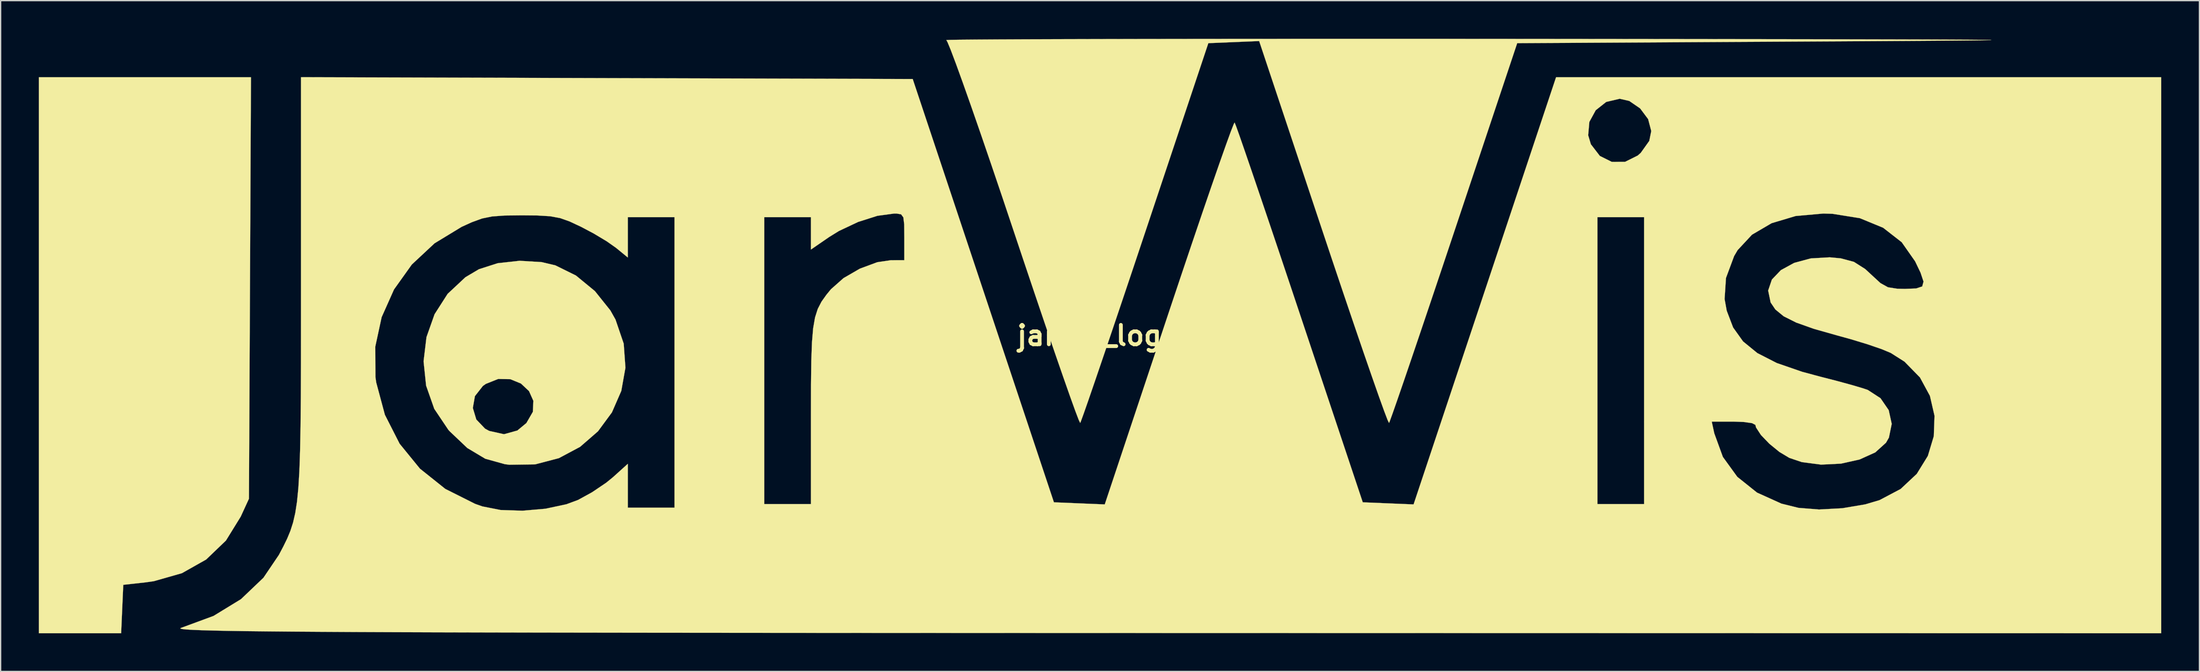
<source format=kicad_pcb>
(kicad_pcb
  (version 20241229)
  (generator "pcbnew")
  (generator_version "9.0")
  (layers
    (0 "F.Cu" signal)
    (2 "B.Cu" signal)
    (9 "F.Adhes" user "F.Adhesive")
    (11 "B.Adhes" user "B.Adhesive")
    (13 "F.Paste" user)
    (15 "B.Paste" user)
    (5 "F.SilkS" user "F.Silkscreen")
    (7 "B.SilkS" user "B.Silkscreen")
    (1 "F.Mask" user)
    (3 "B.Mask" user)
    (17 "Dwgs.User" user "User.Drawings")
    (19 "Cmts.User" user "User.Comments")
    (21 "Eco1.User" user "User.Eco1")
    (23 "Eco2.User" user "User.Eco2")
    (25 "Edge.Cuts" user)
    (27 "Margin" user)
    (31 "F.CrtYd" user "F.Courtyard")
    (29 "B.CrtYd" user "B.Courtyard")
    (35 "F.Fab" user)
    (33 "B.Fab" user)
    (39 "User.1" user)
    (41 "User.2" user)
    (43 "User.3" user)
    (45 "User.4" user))
  (footprint "jarwis_logo"
    (layer "F.Cu")
    (at 83.261 23.346)
    (property "Reference" "jarwis_logo" (at 0 0 0) (layer "F.SilkS") (effects (font (size 1.524 1.524) (thickness 0.3))))
    (attr through_hole)
    (fp_poly (pts (xy -66.666 -3.739) (xy -66.746 12.841) (xy -67.394 14.252) (xy -68.553 16.13) (xy -70.107 17.622) (xy -72.013 18.699) (xy -74.229 19.331) (xy -74.888 19.423) (xy -76.623 19.614) (xy -76.707 21.519) (xy -76.79 23.424) (xy -83.256 23.424) (xy -83.256 -20.32) (xy -66.587 -20.32) (xy -66.666 -3.739)) (stroke (width 0.01) (type solid)) (fill yes) (layer "F.SilkS"))
    (fp_poly (pts (xy -43.743 -5.774) (xy -42.664 -5.519) (xy -41.046 -4.719) (xy -39.555 -3.492) (xy -38.344 -1.977) (xy -37.939 -1.256) (xy -37.293 0.641) (xy -37.158 2.535) (xy -37.483 4.359) (xy -38.219 6.048) (xy -39.314 7.536) (xy -40.72 8.758) (xy -42.385 9.648) (xy -44.259 10.139) (xy -46.292 10.167) (xy -46.636 10.123) (xy -48.174 9.695) (xy -49.585 8.852) (xy -50.981 7.526) (xy -51.075 7.42) (xy -52.18 5.773) (xy -52.206 5.701) (xy -49.151 5.701) (xy -48.878 6.608) (xy -48.189 7.33) (xy -47.865 7.506) (xy -46.701 7.766) (xy -45.651 7.474) (xy -44.944 6.888) (xy -44.433 6.003) (xy -44.394 5.139) (xy -44.737 4.372) (xy -45.372 3.778) (xy -46.209 3.435) (xy -47.159 3.419) (xy -48.131 3.806) (xy -48.363 3.972) (xy -48.987 4.769) (xy -49.151 5.701) (xy -52.206 5.701) (xy -52.823 3.945) (xy -53.022 2.031) (xy -52.794 0.126) (xy -52.158 -1.675) (xy -51.132 -3.278) (xy -49.734 -4.586) (xy -48.671 -5.216) (xy -47.198 -5.689) (xy -45.474 -5.879) (xy -43.743 -5.774)) (stroke (width 0.01) (type solid)) (fill yes) (layer "F.SilkS"))
    (fp_poly (pts (xy 24.767 -23.341) (xy 29.733 -23.339) (xy 34.862 -23.335) (xy 35.701 -23.334) (xy 41.49 -23.328) (xy 46.722 -23.322) (xy 51.406 -23.316) (xy 55.549 -23.31) (xy 59.16 -23.303) (xy 62.246 -23.296) (xy 64.815 -23.289) (xy 66.876 -23.281) (xy 68.435 -23.273) (xy 69.502 -23.264) (xy 70.084 -23.254) (xy 70.19 -23.244) (xy 69.826 -23.232) (xy 69.001 -23.22) (xy 67.723 -23.207) (xy 66 -23.193) (xy 63.84 -23.178) (xy 61.251 -23.162) (xy 58.302 -23.144) (xy 32.926 -23.001) (xy 27.964 -8.133) (xy 27.037 -5.362) (xy 26.161 -2.753) (xy 25.353 -0.356) (xy 24.629 1.781) (xy 24.006 3.609) (xy 23.5 5.079) (xy 23.128 6.143) (xy 22.908 6.751) (xy 22.853 6.879) (xy 22.739 6.646) (xy 22.464 5.924) (xy 22.045 4.761) (xy 21.499 3.204) (xy 20.84 1.299) (xy 20.087 -0.906) (xy 19.254 -3.363) (xy 18.359 -6.026) (xy 17.676 -8.071) (xy 12.647 -23.166) (xy 10.65 -23.083) (xy 8.653 -23.001) (xy 3.691 -8.133) (xy 2.765 -5.362) (xy 1.889 -2.753) (xy 1.081 -0.356) (xy 0.357 1.781) (xy -0.266 3.609) (xy -0.771 5.079) (xy -1.143 6.143) (xy -1.364 6.751) (xy -1.418 6.879) (xy -1.532 6.646) (xy -1.807 5.924) (xy -2.226 4.761) (xy -2.772 3.204) (xy -3.431 1.3) (xy -4.184 -0.904) (xy -5.016 -3.361) (xy -5.911 -6.022) (xy -6.586 -8.041) (xy -7.521 -10.833) (xy -8.411 -13.461) (xy -9.239 -15.879) (xy -9.988 -18.036) (xy -10.641 -19.884) (xy -11.181 -21.376) (xy -11.591 -22.463) (xy -11.853 -23.096) (xy -11.94 -23.243) (xy -11.7 -23.257) (xy -10.923 -23.271) (xy -9.639 -23.283) (xy -7.877 -23.295) (xy -5.666 -23.305) (xy -3.034 -23.314) (xy -0.009 -23.322) (xy 3.379 -23.329) (xy 7.102 -23.334) (xy 11.131 -23.338) (xy 15.437 -23.34) (xy 19.992 -23.341) (xy 24.767 -23.341)) (stroke (width 0.01) (type solid)) (fill yes) (layer "F.SilkS"))
    (fp_poly (pts (xy -38.617 -20.251) (xy -14.581 -20.179) (xy -9.032 -3.528) (xy -3.483 13.123) (xy -1.486 13.206) (xy 0.511 13.288) (xy 5.54 -1.806) (xy 6.471 -4.59) (xy 7.351 -7.202) (xy 8.163 -9.596) (xy 8.893 -11.724) (xy 9.523 -13.539) (xy 10.037 -14.995) (xy 10.418 -16.043) (xy 10.651 -16.637) (xy 10.717 -16.756) (xy 10.832 -16.469) (xy 11.108 -15.695) (xy 11.528 -14.483) (xy 12.077 -12.881) (xy 12.737 -10.938) (xy 13.493 -8.704) (xy 14.327 -6.227) (xy 15.222 -3.555) (xy 15.827 -1.744) (xy 20.789 13.123) (xy 22.785 13.206) (xy 24.782 13.288) (xy 30.381 -3.516) (xy 32.313 -9.313) (xy 39.229 -9.313) (xy 39.229 13.264) (xy 42.898 13.264) (xy 42.898 6.773) (xy 48.215 6.773) (xy 48.413 7.691) (xy 49.089 9.551) (xy 50.225 11.121) (xy 51.775 12.36) (xy 53.695 13.228) (xy 55.033 13.559) (xy 56.643 13.688) (xy 58.483 13.588) (xy 60.281 13.284) (xy 61.399 12.952) (xy 63.059 12.075) (xy 64.328 10.886) (xy 65.199 9.473) (xy 65.666 7.921) (xy 65.723 6.318) (xy 65.362 4.748) (xy 64.578 3.299) (xy 63.363 2.056) (xy 62.284 1.371) (xy 61.564 1.07) (xy 60.462 0.692) (xy 59.143 0.29) (xy 58.109 0.005) (xy 56.237 -0.525) (xy 54.849 -1.019) (xy 53.866 -1.514) (xy 53.214 -2.049) (xy 52.843 -2.599) (xy 52.648 -3.538) (xy 52.941 -4.402) (xy 53.647 -5.143) (xy 54.69 -5.713) (xy 55.994 -6.066) (xy 57.486 -6.153) (xy 58.361 -6.07) (xy 59.388 -5.795) (xy 60.273 -5.232) (xy 60.77 -4.772) (xy 61.474 -4.123) (xy 62.066 -3.794) (xy 62.799 -3.68) (xy 63.392 -3.669) (xy 64.279 -3.701) (xy 64.756 -3.861) (xy 64.859 -4.244) (xy 64.624 -4.946) (xy 64.196 -5.839) (xy 63.144 -7.34) (xy 61.684 -8.478) (xy 59.858 -9.23) (xy 57.709 -9.575) (xy 56.983 -9.596) (xy 54.809 -9.401) (xy 52.919 -8.836) (xy 51.379 -7.933) (xy 50.25 -6.72) (xy 49.974 -6.25) (xy 49.333 -4.526) (xy 49.225 -2.872) (xy 49.392 -1.95) (xy 49.895 -0.63) (xy 50.677 0.466) (xy 51.799 1.383) (xy 53.325 2.164) (xy 55.315 2.853) (xy 56.727 3.233) (xy 58.034 3.569) (xy 59.21 3.89) (xy 60.102 4.154) (xy 60.476 4.281) (xy 61.478 4.933) (xy 62.122 5.871) (xy 62.36 6.952) (xy 62.139 8.032) (xy 61.91 8.434) (xy 61.067 9.196) (xy 59.837 9.753) (xy 58.368 10.081) (xy 56.805 10.158) (xy 55.296 9.96) (xy 54.316 9.63) (xy 53.534 9.162) (xy 52.742 8.515) (xy 52.081 7.827) (xy 51.694 7.234) (xy 51.647 7.034) (xy 51.39 6.897) (xy 50.723 6.803) (xy 49.931 6.773) (xy 48.215 6.773) (xy 42.898 6.773) (xy 42.898 -9.313) (xy 39.229 -9.313) (xy 32.313 -9.313) (xy 34.459 -15.756) (xy 38.503 -15.756) (xy 38.715 -15.047) (xy 39.421 -14.128) (xy 40.361 -13.659) (xy 41.4 -13.662) (xy 42.401 -14.16) (xy 42.637 -14.372) (xy 43.306 -15.312) (xy 43.462 -16.087) (xy 43.216 -17.024) (xy 42.585 -17.869) (xy 41.731 -18.455) (xy 40.982 -18.627) (xy 39.923 -18.378) (xy 39.098 -17.725) (xy 38.596 -16.805) (xy 38.503 -15.756) (xy 34.459 -15.756) (xy 35.98 -20.32) (xy 83.538 -20.32) (xy 83.538 23.424) (xy 5.009 23.406) (xy -2.948 23.404) (xy -10.36 23.401) (xy -17.244 23.398) (xy -23.618 23.394) (xy -29.5 23.389) (xy -34.91 23.384) (xy -39.864 23.377) (xy -44.381 23.37) (xy -48.48 23.361) (xy -52.178 23.351) (xy -55.495 23.339) (xy -58.447 23.327) (xy -61.054 23.312) (xy -63.333 23.296) (xy -65.303 23.278) (xy -66.982 23.259) (xy -68.388 23.237) (xy -69.54 23.213) (xy -70.456 23.187) (xy -71.154 23.159) (xy -71.651 23.129) (xy -71.968 23.096) (xy -72.12 23.06) (xy -72.128 23.022) (xy -72.041 22.989) (xy -69.529 22.062) (xy -67.37 20.741) (xy -65.607 19.058) (xy -64.395 17.264) (xy -64.044 16.597) (xy -63.743 15.982) (xy -63.49 15.371) (xy -63.279 14.715) (xy -63.107 13.967) (xy -62.969 13.077) (xy -62.863 11.999) (xy -62.784 10.682) (xy -62.728 9.08) (xy -62.69 7.144) (xy -62.668 4.826) (xy -62.657 2.077) (xy -62.656 0.876) (xy -56.818 0.876) (xy -56.806 3.258) (xy -56.746 3.686) (xy -56.063 6.236) (xy -54.904 8.515) (xy -53.308 10.475) (xy -51.317 12.067) (xy -48.973 13.244) (xy -48.401 13.446) (xy -46.967 13.728) (xy -45.242 13.784) (xy -43.445 13.628) (xy -41.796 13.276) (xy -40.888 12.94) (xy -39.777 12.33) (xy -38.669 11.581) (xy -38.137 11.147) (xy -36.971 10.094) (xy -36.971 13.547) (xy -33.302 13.547) (xy -33.302 -9.313) (xy -26.247 -9.313) (xy -26.247 13.264) (xy -22.578 13.264) (xy -22.578 6.2) (xy -22.573 3.853) (xy -22.551 1.995) (xy -22.499 0.548) (xy -22.406 -0.565) (xy -22.258 -1.42) (xy -22.044 -2.093) (xy -21.751 -2.661) (xy -21.368 -3.201) (xy -21.009 -3.639) (xy -20.019 -4.516) (xy -18.729 -5.262) (xy -17.365 -5.767) (xy -16.298 -5.924) (xy -15.24 -5.927) (xy -15.24 -7.761) (xy -15.25 -8.746) (xy -15.317 -9.295) (xy -15.496 -9.535) (xy -15.843 -9.594) (xy -16.035 -9.596) (xy -17.352 -9.418) (xy -18.87 -8.935) (xy -20.375 -8.226) (xy -21.139 -7.754) (xy -22.578 -6.764) (xy -22.578 -9.313) (xy -26.247 -9.313) (xy -33.302 -9.313) (xy -36.971 -9.313) (xy -36.971 -6.137) (xy -37.888 -6.89) (xy -38.624 -7.409) (xy -39.644 -8.021) (xy -40.64 -8.549) (xy -41.542 -8.972) (xy -42.292 -9.238) (xy -43.074 -9.383) (xy -44.073 -9.443) (xy -45.297 -9.454) (xy -46.652 -9.439) (xy -47.632 -9.368) (xy -48.425 -9.207) (xy -49.221 -8.917) (xy -50.031 -8.549) (xy -52.159 -7.254) (xy -53.945 -5.586) (xy -55.345 -3.624) (xy -56.317 -1.444) (xy -56.818 0.876) (xy -62.656 0.876) (xy -62.654 -1.151) (xy -62.653 -4.012) (xy -62.653 -20.323) (xy -38.617 -20.251)) (stroke (width 0.01) (type solid)) (fill yes) (layer "F.SilkS")))
  (gr_rect
    (start -3 -3)
    (end 169.803 49.776)
    (stroke (width 0.1) (type default))
    (fill no)
    (layer "Edge.Cuts")))
</source>
